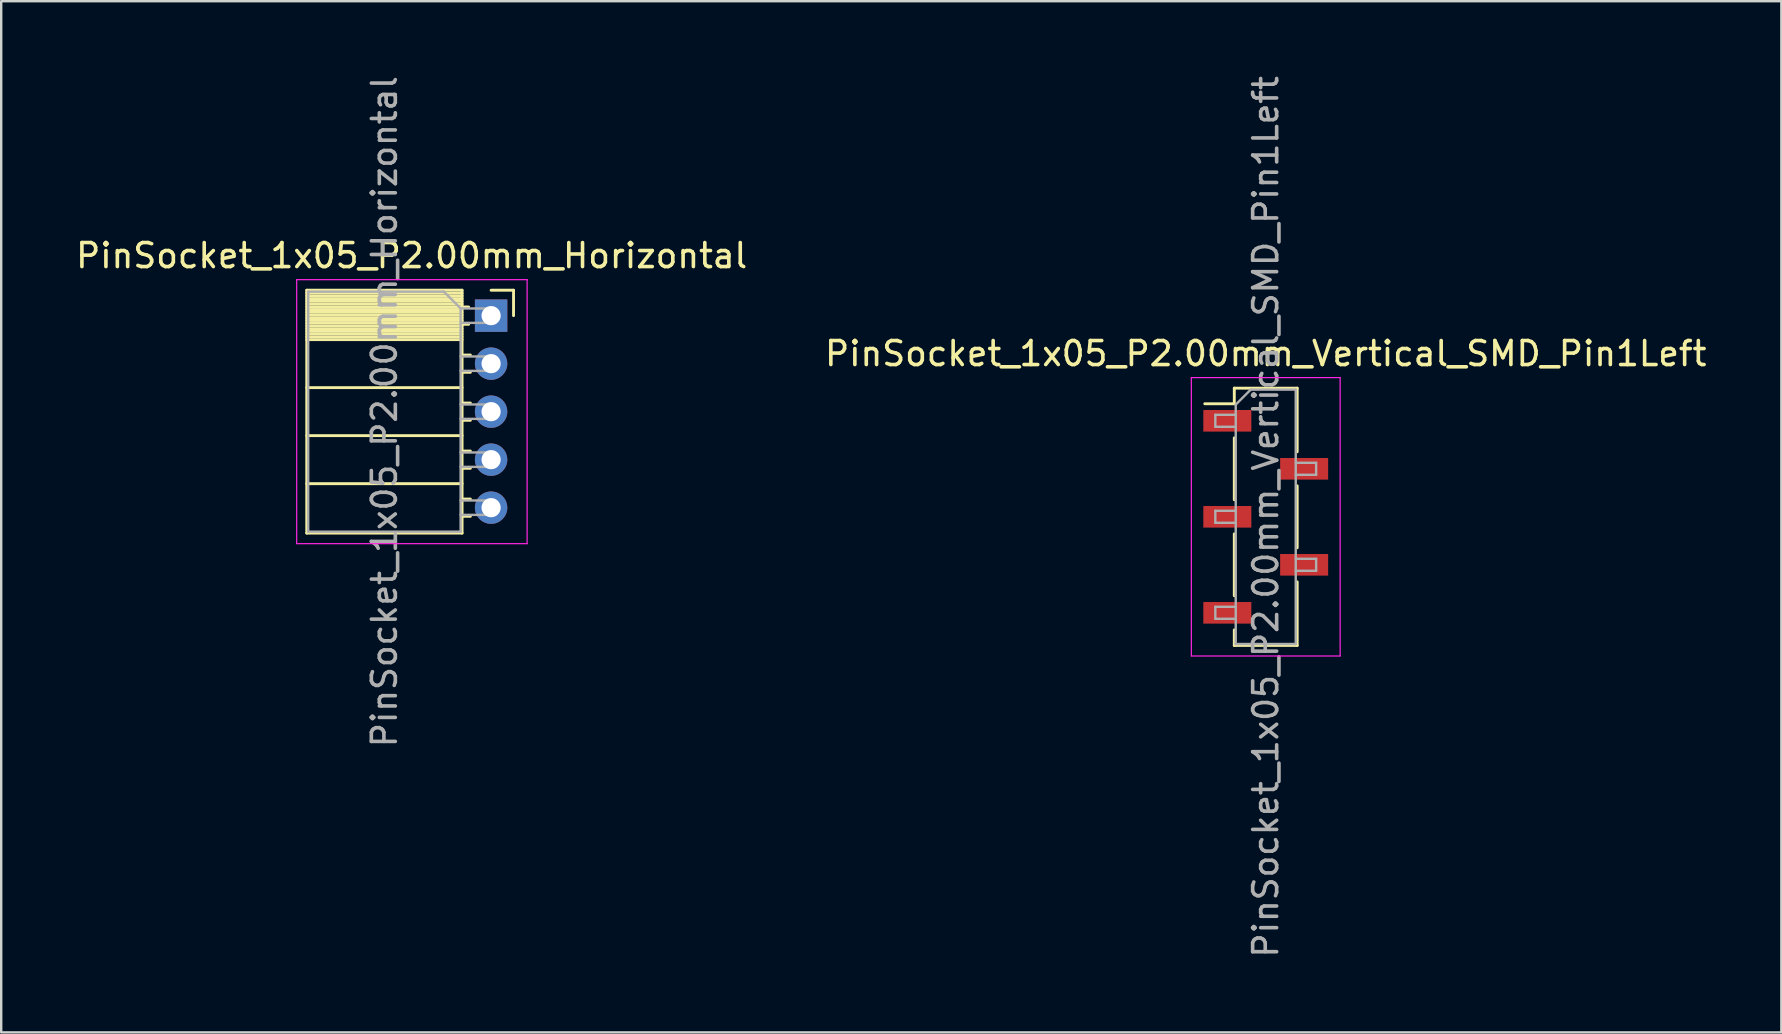
<source format=kicad_pcb>
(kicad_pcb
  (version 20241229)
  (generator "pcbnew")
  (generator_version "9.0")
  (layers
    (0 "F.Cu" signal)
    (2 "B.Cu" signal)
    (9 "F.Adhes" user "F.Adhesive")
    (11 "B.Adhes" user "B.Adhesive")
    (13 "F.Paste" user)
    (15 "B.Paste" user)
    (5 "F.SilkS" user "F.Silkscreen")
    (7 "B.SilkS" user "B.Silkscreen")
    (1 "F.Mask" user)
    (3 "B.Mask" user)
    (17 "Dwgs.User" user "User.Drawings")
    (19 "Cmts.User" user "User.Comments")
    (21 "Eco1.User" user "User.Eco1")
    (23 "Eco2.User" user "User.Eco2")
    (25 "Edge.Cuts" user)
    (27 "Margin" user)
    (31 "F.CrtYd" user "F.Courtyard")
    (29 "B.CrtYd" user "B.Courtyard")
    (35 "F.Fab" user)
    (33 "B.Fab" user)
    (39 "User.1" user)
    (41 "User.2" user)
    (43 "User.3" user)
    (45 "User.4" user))
  (footprint "PinSocket_1x05_P2.00mm_Horizontal"
    (layer "F.Cu")
    (at 17.411 10.101)
    (property "Reference" "PinSocket_1x05_P2.00mm_Horizontal" (at -3.31 -2.5 0) (layer "F.SilkS") (effects (font (size 1 1) (thickness 0.15))))
    (attr through_hole)
    (fp_line (start -7.68 -1.06) (end -7.68 9.06) (stroke (width 0.12) (type solid)) (layer "F.SilkS"))
    (fp_line (start -7.68 -1.06) (end -1.21 -1.06) (stroke (width 0.12) (type solid)) (layer "F.SilkS"))
    (fp_line (start -7.68 -0.94) (end -1.21 -0.94) (stroke (width 0.12) (type solid)) (layer "F.SilkS"))
    (fp_line (start -7.68 -0.826) (end -1.21 -0.826) (stroke (width 0.12) (type solid)) (layer "F.SilkS"))
    (fp_line (start -7.68 -0.712) (end -1.21 -0.712) (stroke (width 0.12) (type solid)) (layer "F.SilkS"))
    (fp_line (start -7.68 -0.598) (end -1.21 -0.598) (stroke (width 0.12) (type solid)) (layer "F.SilkS"))
    (fp_line (start -7.68 -0.484) (end -1.21 -0.484) (stroke (width 0.12) (type solid)) (layer "F.SilkS"))
    (fp_line (start -7.68 -0.369) (end -1.21 -0.369) (stroke (width 0.12) (type solid)) (layer "F.SilkS"))
    (fp_line (start -7.68 -0.255) (end -1.21 -0.255) (stroke (width 0.12) (type solid)) (layer "F.SilkS"))
    (fp_line (start -7.68 -0.141) (end -1.21 -0.141) (stroke (width 0.12) (type solid)) (layer "F.SilkS"))
    (fp_line (start -7.68 -0.027) (end -1.21 -0.027) (stroke (width 0.12) (type solid)) (layer "F.SilkS"))
    (fp_line (start -7.68 0.087) (end -1.21 0.087) (stroke (width 0.12) (type solid)) (layer "F.SilkS"))
    (fp_line (start -7.68 0.201) (end -1.21 0.201) (stroke (width 0.12) (type solid)) (layer "F.SilkS"))
    (fp_line (start -7.68 0.315) (end -1.21 0.315) (stroke (width 0.12) (type solid)) (layer "F.SilkS"))
    (fp_line (start -7.68 0.429) (end -1.21 0.429) (stroke (width 0.12) (type solid)) (layer "F.SilkS"))
    (fp_line (start -7.68 0.544) (end -1.21 0.544) (stroke (width 0.12) (type solid)) (layer "F.SilkS"))
    (fp_line (start -7.68 0.658) (end -1.21 0.658) (stroke (width 0.12) (type solid)) (layer "F.SilkS"))
    (fp_line (start -7.68 0.772) (end -1.21 0.772) (stroke (width 0.12) (type solid)) (layer "F.SilkS"))
    (fp_line (start -7.68 0.886) (end -1.21 0.886) (stroke (width 0.12) (type solid)) (layer "F.SilkS"))
    (fp_line (start -7.68 1) (end -1.21 1) (stroke (width 0.12) (type solid)) (layer "F.SilkS"))
    (fp_line (start -7.68 3) (end -1.21 3) (stroke (width 0.12) (type solid)) (layer "F.SilkS"))
    (fp_line (start -7.68 5) (end -1.21 5) (stroke (width 0.12) (type solid)) (layer "F.SilkS"))
    (fp_line (start -7.68 7) (end -1.21 7) (stroke (width 0.12) (type solid)) (layer "F.SilkS"))
    (fp_line (start -7.68 9.06) (end -1.21 9.06) (stroke (width 0.12) (type solid)) (layer "F.SilkS"))
    (fp_line (start -1.21 -1.06) (end -1.21 9.06) (stroke (width 0.12) (type solid)) (layer "F.SilkS"))
    (fp_line (start -1.21 -0.36) (end -0.935 -0.36) (stroke (width 0.12) (type solid)) (layer "F.SilkS"))
    (fp_line (start -1.21 0.36) (end -0.935 0.36) (stroke (width 0.12) (type solid)) (layer "F.SilkS"))
    (fp_line (start -1.21 1.64) (end -0.863 1.64) (stroke (width 0.12) (type solid)) (layer "F.SilkS"))
    (fp_line (start -1.21 2.36) (end -0.863 2.36) (stroke (width 0.12) (type solid)) (layer "F.SilkS"))
    (fp_line (start -1.21 3.64) (end -0.863 3.64) (stroke (width 0.12) (type solid)) (layer "F.SilkS"))
    (fp_line (start -1.21 4.36) (end -0.863 4.36) (stroke (width 0.12) (type solid)) (layer "F.SilkS"))
    (fp_line (start -1.21 5.64) (end -0.863 5.64) (stroke (width 0.12) (type solid)) (layer "F.SilkS"))
    (fp_line (start -1.21 6.36) (end -0.863 6.36) (stroke (width 0.12) (type solid)) (layer "F.SilkS"))
    (fp_line (start -1.21 7.64) (end -0.863 7.64) (stroke (width 0.12) (type solid)) (layer "F.SilkS"))
    (fp_line (start -1.21 8.36) (end -0.863 8.36) (stroke (width 0.12) (type solid)) (layer "F.SilkS"))
    (fp_line (start 0 -1.06) (end 0.935 -1.06) (stroke (width 0.12) (type solid)) (layer "F.SilkS"))
    (fp_line (start 0.935 -1.06) (end 0.935 0) (stroke (width 0.12) (type solid)) (layer "F.SilkS"))
    (fp_line (start -8.1 -1.5) (end -8.1 9.5) (stroke (width 0.05) (type solid)) (layer "F.CrtYd"))
    (fp_line (start -8.1 9.5) (end 1.5 9.5) (stroke (width 0.05) (type solid)) (layer "F.CrtYd"))
    (fp_line (start 1.5 -1.5) (end -8.1 -1.5) (stroke (width 0.05) (type solid)) (layer "F.CrtYd"))
    (fp_line (start 1.5 9.5) (end 1.5 -1.5) (stroke (width 0.05) (type solid)) (layer "F.CrtYd"))
    (fp_line (start -7.62 -1) (end -1.97 -1) (stroke (width 0.1) (type solid)) (layer "F.Fab"))
    (fp_line (start -7.62 9) (end -7.62 -1) (stroke (width 0.1) (type solid)) (layer "F.Fab"))
    (fp_line (start -1.97 -1) (end -1.27 -0.3) (stroke (width 0.1) (type solid)) (layer "F.Fab"))
    (fp_line (start -1.27 -0.3) (end -1.27 9) (stroke (width 0.1) (type solid)) (layer "F.Fab"))
    (fp_line (start -1.27 0.3) (end 0 0.3) (stroke (width 0.1) (type solid)) (layer "F.Fab"))
    (fp_line (start -1.27 2.3) (end 0 2.3) (stroke (width 0.1) (type solid)) (layer "F.Fab"))
    (fp_line (start -1.27 4.3) (end 0 4.3) (stroke (width 0.1) (type solid)) (layer "F.Fab"))
    (fp_line (start -1.27 6.3) (end 0 6.3) (stroke (width 0.1) (type solid)) (layer "F.Fab"))
    (fp_line (start -1.27 8.3) (end 0 8.3) (stroke (width 0.1) (type solid)) (layer "F.Fab"))
    (fp_line (start -1.27 9) (end -7.62 9) (stroke (width 0.1) (type solid)) (layer "F.Fab"))
    (fp_line (start 0 -0.3) (end -1.27 -0.3) (stroke (width 0.1) (type solid)) (layer "F.Fab"))
    (fp_line (start 0 0.3) (end 0 -0.3) (stroke (width 0.1) (type solid)) (layer "F.Fab"))
    (fp_line (start 0 1.7) (end -1.27 1.7) (stroke (width 0.1) (type solid)) (layer "F.Fab"))
    (fp_line (start 0 2.3) (end 0 1.7) (stroke (width 0.1) (type solid)) (layer "F.Fab"))
    (fp_line (start 0 3.7) (end -1.27 3.7) (stroke (width 0.1) (type solid)) (layer "F.Fab"))
    (fp_line (start 0 4.3) (end 0 3.7) (stroke (width 0.1) (type solid)) (layer "F.Fab"))
    (fp_line (start 0 5.7) (end -1.27 5.7) (stroke (width 0.1) (type solid)) (layer "F.Fab"))
    (fp_line (start 0 6.3) (end 0 5.7) (stroke (width 0.1) (type solid)) (layer "F.Fab"))
    (fp_line (start 0 7.7) (end -1.27 7.7) (stroke (width 0.1) (type solid)) (layer "F.Fab"))
    (fp_line (start 0 8.3) (end 0 7.7) (stroke (width 0.1) (type solid)) (layer "F.Fab"))
    (fp_text user "${REFERENCE}" (at -4.445 4 90) (layer "F.Fab") (effects (font (size 1 1) (thickness 0.15))))
    (pad "1" thru_hole rect (at 0 0) (size 1.35 1.35) (drill 0.8) (layers "*.Cu" "*.Mask"))
    (pad "2" thru_hole circle (at 0 2) (size 1.35 1.35) (drill 0.8) (layers "*.Cu" "*.Mask"))
    (pad "3" thru_hole circle (at 0 4) (size 1.35 1.35) (drill 0.8) (layers "*.Cu" "*.Mask"))
    (pad "4" thru_hole circle (at 0 6) (size 1.35 1.35) (drill 0.8) (layers "*.Cu" "*.Mask"))
    (pad "5" thru_hole circle (at 0 8) (size 1.35 1.35) (drill 0.8) (layers "*.Cu" "*.Mask")))
  (footprint "PinSocket_1x05_P2.00mm_Vertical_SMD_Pin1Left"
    (layer "F.Cu")
    (at 49.685 18.482)
    (property "Reference" "PinSocket_1x05_P2.00mm_Vertical_SMD_Pin1Left" (at 0 -6.8 0) (layer "F.SilkS") (effects (font (size 1 1) (thickness 0.15))))
    (attr smd)
    (fp_line (start -2.54 -4.71) (end -1.31 -4.71) (stroke (width 0.12) (type solid)) (layer "F.SilkS"))
    (fp_line (start -1.31 -5.36) (end -1.31 -4.71) (stroke (width 0.12) (type solid)) (layer "F.SilkS"))
    (fp_line (start -1.31 -5.36) (end 1.31 -5.36) (stroke (width 0.12) (type solid)) (layer "F.SilkS"))
    (fp_line (start -1.31 -3.29) (end -1.31 -0.71) (stroke (width 0.12) (type solid)) (layer "F.SilkS"))
    (fp_line (start -1.31 0.71) (end -1.31 3.29) (stroke (width 0.12) (type solid)) (layer "F.SilkS"))
    (fp_line (start -1.31 4.71) (end -1.31 5.36) (stroke (width 0.12) (type solid)) (layer "F.SilkS"))
    (fp_line (start -1.31 5.36) (end 1.31 5.36) (stroke (width 0.12) (type solid)) (layer "F.SilkS"))
    (fp_line (start 1.31 -5.36) (end 1.31 -2.71) (stroke (width 0.12) (type solid)) (layer "F.SilkS"))
    (fp_line (start 1.31 -1.29) (end 1.31 1.29) (stroke (width 0.12) (type solid)) (layer "F.SilkS"))
    (fp_line (start 1.31 2.71) (end 1.31 5.36) (stroke (width 0.12) (type solid)) (layer "F.SilkS"))
    (fp_line (start -3.1 -5.8) (end 3.1 -5.8) (stroke (width 0.05) (type solid)) (layer "F.CrtYd"))
    (fp_line (start -3.1 5.8) (end -3.1 -5.8) (stroke (width 0.05) (type solid)) (layer "F.CrtYd"))
    (fp_line (start 3.1 -5.8) (end 3.1 5.8) (stroke (width 0.05) (type solid)) (layer "F.CrtYd"))
    (fp_line (start 3.1 5.8) (end -3.1 5.8) (stroke (width 0.05) (type solid)) (layer "F.CrtYd"))
    (fp_line (start -2.1 -4.25) (end -1.25 -4.25) (stroke (width 0.1) (type solid)) (layer "F.Fab"))
    (fp_line (start -2.1 -3.75) (end -2.1 -4.25) (stroke (width 0.1) (type solid)) (layer "F.Fab"))
    (fp_line (start -2.1 -0.25) (end -1.25 -0.25) (stroke (width 0.1) (type solid)) (layer "F.Fab"))
    (fp_line (start -2.1 0.25) (end -2.1 -0.25) (stroke (width 0.1) (type solid)) (layer "F.Fab"))
    (fp_line (start -2.1 3.75) (end -1.25 3.75) (stroke (width 0.1) (type solid)) (layer "F.Fab"))
    (fp_line (start -2.1 4.25) (end -2.1 3.75) (stroke (width 0.1) (type solid)) (layer "F.Fab"))
    (fp_line (start -1.25 -4.675) (end -0.625 -5.3) (stroke (width 0.1) (type solid)) (layer "F.Fab"))
    (fp_line (start -1.25 -3.75) (end -2.1 -3.75) (stroke (width 0.1) (type solid)) (layer "F.Fab"))
    (fp_line (start -1.25 0.25) (end -2.1 0.25) (stroke (width 0.1) (type solid)) (layer "F.Fab"))
    (fp_line (start -1.25 4.25) (end -2.1 4.25) (stroke (width 0.1) (type solid)) (layer "F.Fab"))
    (fp_line (start -1.25 5.3) (end -1.25 -4.675) (stroke (width 0.1) (type solid)) (layer "F.Fab"))
    (fp_line (start -0.625 -5.3) (end 1.25 -5.3) (stroke (width 0.1) (type solid)) (layer "F.Fab"))
    (fp_line (start 1.25 -5.3) (end 1.25 5.3) (stroke (width 0.1) (type solid)) (layer "F.Fab"))
    (fp_line (start 1.25 -2.25) (end 2.1 -2.25) (stroke (width 0.1) (type solid)) (layer "F.Fab"))
    (fp_line (start 1.25 1.75) (end 2.1 1.75) (stroke (width 0.1) (type solid)) (layer "F.Fab"))
    (fp_line (start 1.25 5.3) (end -1.25 5.3) (stroke (width 0.1) (type solid)) (layer "F.Fab"))
    (fp_line (start 2.1 -2.25) (end 2.1 -1.75) (stroke (width 0.1) (type solid)) (layer "F.Fab"))
    (fp_line (start 2.1 -1.75) (end 1.25 -1.75) (stroke (width 0.1) (type solid)) (layer "F.Fab"))
    (fp_line (start 2.1 1.75) (end 2.1 2.25) (stroke (width 0.1) (type solid)) (layer "F.Fab"))
    (fp_line (start 2.1 2.25) (end 1.25 2.25) (stroke (width 0.1) (type solid)) (layer "F.Fab"))
    (fp_text user "${REFERENCE}" (at 0 0 90) (layer "F.Fab") (effects (font (size 1 1) (thickness 0.15))))
    (pad "1" smd rect (at -1.6 -4) (size 2 0.9) (layers "F.Cu" "F.Mask" "F.Paste"))
    (pad "2" smd rect (at 1.6 -2) (size 2 0.9) (layers "F.Cu" "F.Mask" "F.Paste"))
    (pad "3" smd rect (at -1.6 0) (size 2 0.9) (layers "F.Cu" "F.Mask" "F.Paste"))
    (pad "4" smd rect (at 1.6 2) (size 2 0.9) (layers "F.Cu" "F.Mask" "F.Paste"))
    (pad "5" smd rect (at -1.6 4) (size 2 0.9) (layers "F.Cu" "F.Mask" "F.Paste")))
  (gr_rect
    (start -3 -3)
    (end 71.167 39.964)
    (stroke (width 0.1) (type default))
    (fill no)
    (layer "Edge.Cuts")))
</source>
